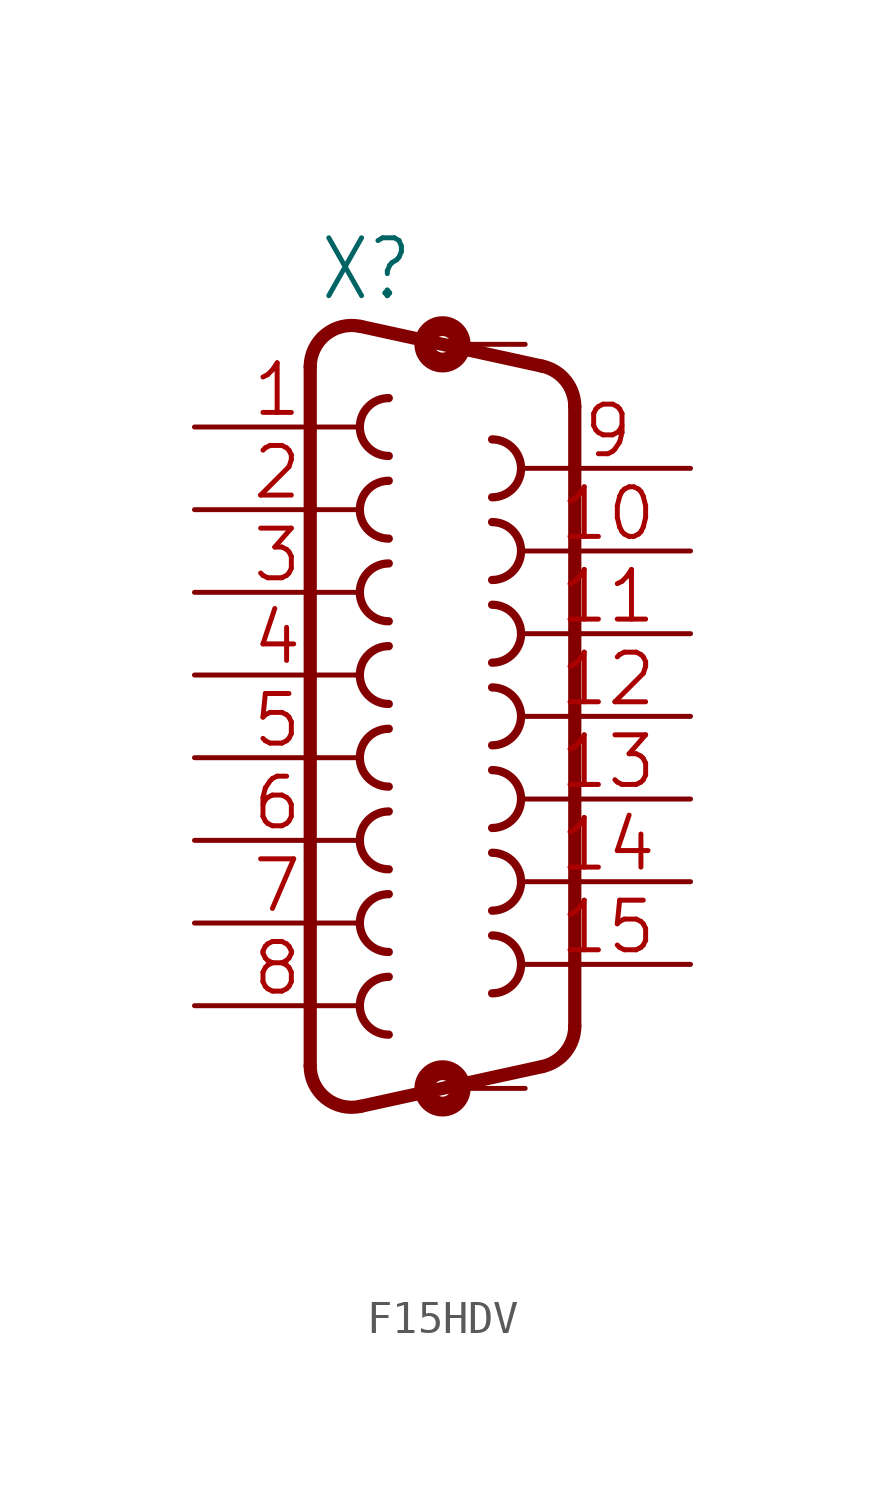
<source format=kicad_sym>
(kicad_symbol_lib
  (version 20241209)
  (generator "kicad_symbol_editor")
  (generator_version "9.0")
  (symbol "F15HDV"
    (property "Reference" "X"
      (at -3.81 11.43 0)
      (effects (font (size 1.778 1.511)) (justify left bottom)))
    (property "Value" ""
      (at -4.445 -15.875 0)
      (effects (font (size 1.778 1.511)) (justify left bottom)))
    (property "ki_locked" ""
      (at 0 0 0)
      (effects (font (size 1.27 1.27))))
    (symbol "F15HDV_1_0"
      (polyline (pts (xy -4.064 -12.011) (xy -4.064 9.471)) (stroke (width 0.406) (type solid)) (fill (type none)))
      (arc (start -2.5225 -13.252) (mid -3.5903 -13.0006) (end -4.064 -12.0112) (stroke (width 0.4064) (type solid)) (fill (type none)))
      (arc (start -4.064 9.4712) (mid -3.5902 10.4605) (end -2.5225 10.7119) (stroke (width 0.4064) (type solid)) (fill (type none)))
      (polyline (pts (xy -2.523 10.712) (xy 3.065 9.489)) (stroke (width 0.406) (type solid)) (fill (type none)))
      (polyline (pts (xy -2.523 -13.252) (xy 3.065 -12.029)) (stroke (width 0.406) (type solid)) (fill (type none)))
      (arc (start -1.651 6.731) (mid -2.54 7.62) (end -1.651 8.509) (stroke (width 0.254) (type solid)) (fill (type none)))
      (arc (start -1.651 4.191) (mid -2.54 5.08) (end -1.651 5.969) (stroke (width 0.254) (type solid)) (fill (type none)))
      (arc (start -1.651 1.651) (mid -2.54 2.54) (end -1.651 3.429) (stroke (width 0.254) (type solid)) (fill (type none)))
      (arc (start -1.651 -0.889) (mid -2.54 0) (end -1.651 0.889) (stroke (width 0.254) (type solid)) (fill (type none)))
      (arc (start -1.651 -3.429) (mid -2.54 -2.54) (end -1.651 -1.651) (stroke (width 0.254) (type solid)) (fill (type none)))
      (arc (start -1.651 -5.969) (mid -2.54 -5.08) (end -1.651 -4.191) (stroke (width 0.254) (type solid)) (fill (type none)))
      (arc (start -1.651 -8.509) (mid -2.54 -7.62) (end -1.651 -6.731) (stroke (width 0.254) (type solid)) (fill (type none)))
      (arc (start -1.651 -11.049) (mid -2.54 -10.16) (end -1.651 -9.271) (stroke (width 0.254) (type solid)) (fill (type none)))
      (circle (center 0 10.16) (radius 0.254) (stroke (width 0.61) (type solid)) (fill (type none)))
      (circle (center 0 -12.7) (radius 0.254) (stroke (width 0.61) (type solid)) (fill (type none)))
      (arc (start 1.524 7.239) (mid 2.413 6.35) (end 1.524 5.461) (stroke (width 0.254) (type solid)) (fill (type none)))
      (arc (start 1.524 4.699) (mid 2.413 3.81) (end 1.524 2.921) (stroke (width 0.254) (type solid)) (fill (type none)))
      (arc (start 1.524 2.159) (mid 2.413 1.27) (end 1.524 0.381) (stroke (width 0.254) (type solid)) (fill (type none)))
      (arc (start 1.524 -0.381) (mid 2.413 -1.27) (end 1.524 -2.159) (stroke (width 0.254) (type solid)) (fill (type none)))
      (arc (start 1.524 -2.921) (mid 2.413 -3.81) (end 1.524 -4.699) (stroke (width 0.254) (type solid)) (fill (type none)))
      (arc (start 1.524 -5.461) (mid 2.413 -6.35) (end 1.524 -7.239) (stroke (width 0.254) (type solid)) (fill (type none)))
      (arc (start 1.524 -8.001) (mid 2.413 -8.89) (end 1.524 -9.779) (stroke (width 0.254) (type solid)) (fill (type none)))
      (polyline (pts (xy 2.54 10.16) (xy 0 10.16)) (stroke (width 0.152) (type solid)) (fill (type none)))
      (polyline (pts (xy 2.54 -12.7) (xy 0 -12.7)) (stroke (width 0.152) (type solid)) (fill (type none)))
      (arc (start 4.064 -10.7887) (mid 3.7833 -11.585) (end 3.0654 -12.0294) (stroke (width 0.4064) (type solid)) (fill (type none)))
      (arc (start 3.0654 9.4895) (mid 3.7834 9.0452) (end 4.0642 8.2488) (stroke (width 0.4064) (type solid)) (fill (type none)))
      (polyline (pts (xy 4.064 -10.789) (xy 4.064 8.249)) (stroke (width 0.406) (type solid)) (fill (type none)))
      (pin passive line (at -7.62 7.62 0) (length 5.08) (name "1" (effects (font (size 0 0)))) (number "1" (effects (font (size 1.524 1.524)))))
      (pin passive line (at -7.62 5.08 0) (length 5.08) (name "2" (effects (font (size 0 0)))) (number "2" (effects (font (size 1.524 1.524)))))
      (pin passive line (at -7.62 2.54 0) (length 5.08) (name "3" (effects (font (size 0 0)))) (number "3" (effects (font (size 1.524 1.524)))))
      (pin passive line (at -7.62 0 0) (length 5.08) (name "4" (effects (font (size 0 0)))) (number "4" (effects (font (size 1.524 1.524)))))
      (pin passive line (at -7.62 -2.54 0) (length 5.08) (name "5" (effects (font (size 0 0)))) (number "5" (effects (font (size 1.524 1.524)))))
      (pin passive line (at -7.62 -5.08 0) (length 5.08) (name "6" (effects (font (size 0 0)))) (number "6" (effects (font (size 1.524 1.524)))))
      (pin passive line (at -7.62 -7.62 0) (length 5.08) (name "7" (effects (font (size 0 0)))) (number "7" (effects (font (size 1.524 1.524)))))
      (pin passive line (at -7.62 -10.16 0) (length 5.08) (name "8" (effects (font (size 0 0)))) (number "8" (effects (font (size 1.524 1.524)))))
      (pin passive line (at 7.62 6.35 180) (length 5.08) (name "9" (effects (font (size 0 0)))) (number "9" (effects (font (size 1.524 1.524)))))
      (pin passive line (at 7.62 3.81 180) (length 5.08) (name "10" (effects (font (size 0 0)))) (number "10" (effects (font (size 1.524 1.524)))))
      (pin passive line (at 7.62 1.27 180) (length 5.08) (name "11" (effects (font (size 0 0)))) (number "11" (effects (font (size 1.524 1.524)))))
      (pin passive line (at 7.62 -1.27 180) (length 5.08) (name "12" (effects (font (size 0 0)))) (number "12" (effects (font (size 1.524 1.524)))))
      (pin passive line (at 7.62 -3.81 180) (length 5.08) (name "13" (effects (font (size 0 0)))) (number "13" (effects (font (size 1.524 1.524)))))
      (pin passive line (at 7.62 -6.35 180) (length 5.08) (name "14" (effects (font (size 0 0)))) (number "14" (effects (font (size 1.524 1.524)))))
      (pin passive line (at 7.62 -8.89 180) (length 5.08) (name "15" (effects (font (size 0 0)))) (number "15" (effects (font (size 1.524 1.524))))))))
</source>
